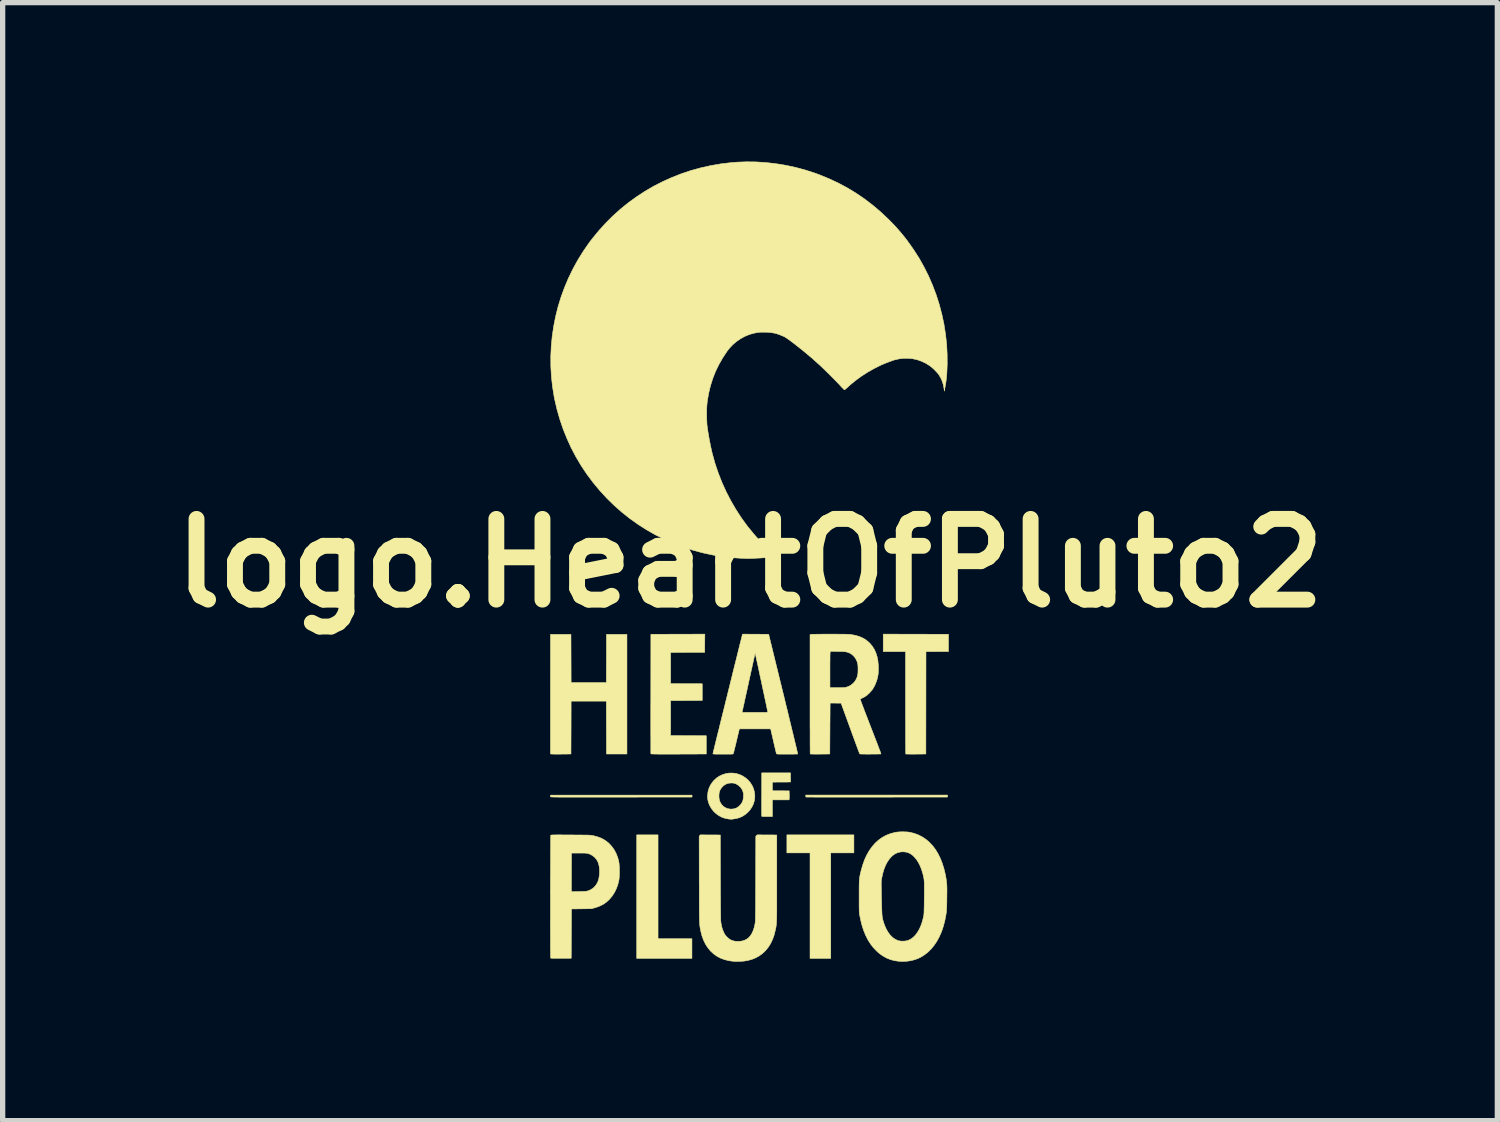
<source format=kicad_pcb>
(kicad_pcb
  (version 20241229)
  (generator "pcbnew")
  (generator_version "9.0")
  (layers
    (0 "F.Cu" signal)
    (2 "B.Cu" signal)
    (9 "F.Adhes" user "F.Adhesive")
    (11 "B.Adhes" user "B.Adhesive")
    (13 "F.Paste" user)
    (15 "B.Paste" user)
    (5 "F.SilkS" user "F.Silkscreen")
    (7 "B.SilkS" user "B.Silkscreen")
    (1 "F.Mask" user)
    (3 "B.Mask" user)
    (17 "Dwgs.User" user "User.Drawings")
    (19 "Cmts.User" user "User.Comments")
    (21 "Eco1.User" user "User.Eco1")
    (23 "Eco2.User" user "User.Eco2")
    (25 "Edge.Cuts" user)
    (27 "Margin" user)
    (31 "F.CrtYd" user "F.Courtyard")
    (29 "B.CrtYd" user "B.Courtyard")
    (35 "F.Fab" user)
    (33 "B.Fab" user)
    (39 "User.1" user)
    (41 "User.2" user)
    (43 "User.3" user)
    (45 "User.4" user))
  (footprint "logo.HeartOfPluto2"
    (layer "F.Cu")
    (at 11.111 7.582)
    (property "Reference" "logo.HeartOfPluto2" (at 0 0 180) (layer "F.SilkS") (effects (font (size 1.524 1.524) (thickness 0.3))))
    (attr through_hole)
    (fp_poly (pts (xy -1.737 7.092) (xy -1.097 7.092) (xy -1.097 7.463) (xy -2.139 7.463) (xy -2.139 5.131) (xy -1.737 5.131) (xy -1.737 7.092)) (stroke (width 0.01) (type solid)) (fill yes) (layer "F.SilkS"))
    (fp_poly (pts (xy 1.961 5.471) (xy 1.524 5.471) (xy 1.524 7.463) (xy 1.133 7.463) (xy 1.133 5.471) (xy 0.696 5.471) (xy 0.696 5.131) (xy 1.961 5.131) (xy 1.961 5.471)) (stroke (width 0.01) (type solid)) (fill yes) (layer "F.SilkS"))
    (fp_poly (pts (xy 3.728 4.398) (xy 3.726 4.417) (xy 2.392 4.418) (xy 2.277 4.418) (xy 2.163 4.419) (xy 2.053 4.419) (xy 1.947 4.419) (xy 1.844 4.419) (xy 1.746 4.419) (xy 1.653 4.418) (xy 1.564 4.418) (xy 1.481 4.418) (xy 1.405 4.418) (xy 1.335 4.418) (xy 1.271 4.418) (xy 1.215 4.418) (xy 1.167 4.417) (xy 1.126 4.417) (xy 1.095 4.417) (xy 1.072 4.417) (xy 1.059 4.416) (xy 1.055 4.416) (xy 1.053 4.409) (xy 1.052 4.397) (xy 1.052 4.396) (xy 1.052 4.379) (xy 3.729 4.379) (xy 3.728 4.398)) (stroke (width 0.01) (type solid)) (fill yes) (layer "F.SilkS"))
    (fp_poly (pts (xy -1.095 4.417) (xy -2.43 4.418) (xy -2.569 4.418) (xy -2.699 4.419) (xy -2.819 4.419) (xy -2.93 4.419) (xy -3.032 4.419) (xy -3.126 4.419) (xy -3.212 4.419) (xy -3.29 4.419) (xy -3.36 4.419) (xy -3.424 4.418) (xy -3.481 4.418) (xy -3.531 4.418) (xy -3.576 4.418) (xy -3.615 4.418) (xy -3.648 4.417) (xy -3.677 4.417) (xy -3.701 4.417) (xy -3.72 4.416) (xy -3.736 4.416) (xy -3.748 4.415) (xy -3.757 4.414) (xy -3.763 4.414) (xy -3.766 4.413) (xy -3.767 4.412) (xy -3.769 4.402) (xy -3.768 4.393) (xy -3.767 4.381) (xy -1.095 4.381) (xy -1.095 4.417)) (stroke (width 0.01) (type solid)) (fill yes) (layer "F.SilkS"))
    (fp_poly (pts (xy 0.765 4.133) (xy 0.593 4.134) (xy 0.422 4.135) (xy 0.422 4.298) (xy 0.58 4.299) (xy 0.739 4.3) (xy 0.741 4.374) (xy 0.741 4.401) (xy 0.741 4.425) (xy 0.74 4.445) (xy 0.74 4.457) (xy 0.739 4.459) (xy 0.736 4.47) (xy 0.422 4.47) (xy 0.422 4.785) (xy 0.322 4.785) (xy 0.286 4.785) (xy 0.259 4.785) (xy 0.239 4.784) (xy 0.227 4.782) (xy 0.222 4.78) (xy 0.221 4.779) (xy 0.22 4.773) (xy 0.22 4.758) (xy 0.22 4.734) (xy 0.22 4.702) (xy 0.219 4.663) (xy 0.219 4.618) (xy 0.219 4.567) (xy 0.219 4.512) (xy 0.219 4.453) (xy 0.22 4.39) (xy 0.22 4.366) (xy 0.221 3.96) (xy 0.765 3.96) (xy 0.765 4.133)) (stroke (width 0.01) (type solid)) (fill yes) (layer "F.SilkS"))
    (fp_poly (pts (xy 3.131 1.342) (xy 3.747 1.344) (xy 3.747 1.669) (xy 3.534 1.67) (xy 3.322 1.671) (xy 3.321 2.638) (xy 3.32 3.604) (xy 3.131 3.606) (xy 3.089 3.606) (xy 3.049 3.606) (xy 3.014 3.606) (xy 2.984 3.605) (xy 2.961 3.605) (xy 2.946 3.604) (xy 2.94 3.604) (xy 2.94 3.603) (xy 2.939 3.598) (xy 2.939 3.583) (xy 2.939 3.559) (xy 2.938 3.526) (xy 2.938 3.485) (xy 2.938 3.436) (xy 2.937 3.38) (xy 2.937 3.318) (xy 2.937 3.249) (xy 2.937 3.175) (xy 2.937 3.095) (xy 2.937 3.011) (xy 2.936 2.922) (xy 2.936 2.83) (xy 2.936 2.734) (xy 2.936 2.636) (xy 2.936 1.671) (xy 2.515 1.671) (xy 2.515 1.341) (xy 3.131 1.342)) (stroke (width 0.01) (type solid)) (fill yes) (layer "F.SilkS"))
    (fp_poly (pts (xy -3.378 2.256) (xy -2.713 2.256) (xy -2.711 1.8) (xy -2.71 1.344) (xy -2.324 1.344) (xy -2.324 3.604) (xy -2.71 3.604) (xy -2.713 2.606) (xy -3.378 2.606) (xy -3.379 3.105) (xy -3.381 3.604) (xy -3.573 3.606) (xy -3.624 3.606) (xy -3.666 3.606) (xy -3.7 3.606) (xy -3.725 3.605) (xy -3.744 3.605) (xy -3.757 3.604) (xy -3.764 3.602) (xy -3.767 3.601) (xy -3.767 3.601) (xy -3.767 3.595) (xy -3.767 3.58) (xy -3.768 3.555) (xy -3.768 3.522) (xy -3.768 3.48) (xy -3.768 3.431) (xy -3.768 3.374) (xy -3.768 3.31) (xy -3.768 3.239) (xy -3.768 3.163) (xy -3.768 3.081) (xy -3.768 2.994) (xy -3.768 2.903) (xy -3.768 2.807) (xy -3.768 2.707) (xy -3.768 2.605) (xy -3.768 2.499) (xy -3.768 2.469) (xy -3.767 1.344) (xy -3.381 1.344) (xy -3.378 2.256)) (stroke (width 0.01) (type solid)) (fill yes) (layer "F.SilkS"))
    (fp_poly (pts (xy -0.855 1.513) (xy -0.856 1.684) (xy -1.177 1.685) (xy -1.499 1.687) (xy -1.499 2.276) (xy -0.902 2.278) (xy -0.902 2.593) (xy -1.2 2.595) (xy -1.499 2.596) (xy -1.499 3.256) (xy -1.162 3.258) (xy -0.826 3.259) (xy -0.826 3.604) (xy -1.348 3.606) (xy -1.435 3.606) (xy -1.513 3.606) (xy -1.581 3.606) (xy -1.641 3.606) (xy -1.693 3.606) (xy -1.737 3.606) (xy -1.774 3.605) (xy -1.804 3.605) (xy -1.828 3.604) (xy -1.846 3.604) (xy -1.859 3.603) (xy -1.867 3.602) (xy -1.872 3.601) (xy -1.872 3.6) (xy -1.872 3.595) (xy -1.873 3.58) (xy -1.873 3.555) (xy -1.873 3.522) (xy -1.873 3.48) (xy -1.873 3.431) (xy -1.873 3.374) (xy -1.873 3.31) (xy -1.874 3.239) (xy -1.874 3.163) (xy -1.874 3.081) (xy -1.874 2.994) (xy -1.874 2.903) (xy -1.874 2.807) (xy -1.874 2.707) (xy -1.873 2.605) (xy -1.873 2.499) (xy -1.873 2.469) (xy -1.872 1.344) (xy -1.363 1.342) (xy -0.853 1.341) (xy -0.855 1.513)) (stroke (width 0.01) (type solid)) (fill yes) (layer "F.SilkS"))
    (fp_poly (pts (xy -0.263 3.972) (xy -0.2 3.991) (xy -0.194 3.993) (xy -0.135 4.021) (xy -0.081 4.057) (xy -0.034 4.099) (xy 0.007 4.147) (xy 0.04 4.2) (xy 0.066 4.257) (xy 0.082 4.318) (xy 0.09 4.38) (xy 0.09 4.421) (xy 0.082 4.485) (xy 0.064 4.546) (xy 0.036 4.604) (xy -0.000219 4.659) (xy -0.039 4.702) (xy -0.085 4.743) (xy -0.134 4.775) (xy -0.188 4.801) (xy -0.223 4.813) (xy -0.243 4.818) (xy -0.268 4.824) (xy -0.294 4.828) (xy -0.32 4.832) (xy -0.343 4.835) (xy -0.36 4.836) (xy -0.363 4.835) (xy -0.37 4.835) (xy -0.385 4.833) (xy -0.404 4.831) (xy -0.406 4.831) (xy -0.47 4.819) (xy -0.531 4.798) (xy -0.588 4.768) (xy -0.64 4.731) (xy -0.687 4.687) (xy -0.727 4.636) (xy -0.76 4.58) (xy -0.781 4.529) (xy -0.793 4.487) (xy -0.8 4.448) (xy -0.802 4.408) (xy -0.587 4.408) (xy -0.583 4.451) (xy -0.573 4.492) (xy -0.563 4.515) (xy -0.539 4.555) (xy -0.507 4.589) (xy -0.47 4.615) (xy -0.429 4.633) (xy -0.384 4.643) (xy -0.337 4.644) (xy -0.289 4.636) (xy -0.287 4.635) (xy -0.249 4.62) (xy -0.213 4.595) (xy -0.181 4.563) (xy -0.154 4.526) (xy -0.145 4.508) (xy -0.135 4.482) (xy -0.128 4.449) (xy -0.124 4.413) (xy -0.123 4.378) (xy -0.125 4.347) (xy -0.126 4.342) (xy -0.139 4.297) (xy -0.161 4.256) (xy -0.191 4.22) (xy -0.227 4.19) (xy -0.267 4.167) (xy -0.304 4.155) (xy -0.335 4.151) (xy -0.37 4.152) (xy -0.406 4.156) (xy -0.437 4.165) (xy -0.438 4.165) (xy -0.478 4.186) (xy -0.515 4.215) (xy -0.545 4.251) (xy -0.568 4.289) (xy -0.58 4.324) (xy -0.586 4.365) (xy -0.587 4.408) (xy -0.802 4.408) (xy -0.802 4.407) (xy -0.801 4.38) (xy -0.793 4.314) (xy -0.775 4.251) (xy -0.748 4.193) (xy -0.711 4.138) (xy -0.679 4.1) (xy -0.63 4.056) (xy -0.576 4.02) (xy -0.517 3.993) (xy -0.456 3.974) (xy -0.392 3.964) (xy -0.327 3.964) (xy -0.263 3.972)) (stroke (width 0.01) (type solid)) (fill yes) (layer "F.SilkS"))
    (fp_poly (pts (xy -3.574 5.131) (xy -3.522 5.132) (xy -3.462 5.132) (xy -3.392 5.132) (xy -3.386 5.132) (xy -3.316 5.133) (xy -3.255 5.133) (xy -3.202 5.133) (xy -3.157 5.134) (xy -3.12 5.134) (xy -3.088 5.135) (xy -3.062 5.135) (xy -3.041 5.136) (xy -3.023 5.137) (xy -3.009 5.138) (xy -2.997 5.139) (xy -2.986 5.141) (xy -2.976 5.143) (xy -2.967 5.145) (xy -2.965 5.145) (xy -2.893 5.163) (xy -2.83 5.185) (xy -2.773 5.212) (xy -2.722 5.244) (xy -2.674 5.282) (xy -2.65 5.305) (xy -2.6 5.362) (xy -2.558 5.424) (xy -2.523 5.493) (xy -2.495 5.569) (xy -2.478 5.636) (xy -2.473 5.665) (xy -2.47 5.702) (xy -2.467 5.744) (xy -2.466 5.79) (xy -2.466 5.837) (xy -2.467 5.883) (xy -2.469 5.926) (xy -2.472 5.963) (xy -2.476 5.987) (xy -2.496 6.071) (xy -2.525 6.149) (xy -2.561 6.222) (xy -2.605 6.289) (xy -2.656 6.349) (xy -2.662 6.355) (xy -2.712 6.4) (xy -2.764 6.438) (xy -2.822 6.468) (xy -2.886 6.494) (xy -2.936 6.509) (xy -2.995 6.525) (xy -3.371 6.53) (xy -3.376 7.46) (xy -3.566 7.461) (xy -3.609 7.461) (xy -3.649 7.461) (xy -3.685 7.461) (xy -3.716 7.461) (xy -3.74 7.46) (xy -3.756 7.459) (xy -3.763 7.458) (xy -3.763 7.458) (xy -3.764 7.456) (xy -3.764 7.45) (xy -3.765 7.44) (xy -3.766 7.426) (xy -3.766 7.407) (xy -3.767 7.383) (xy -3.767 7.354) (xy -3.767 7.319) (xy -3.768 7.278) (xy -3.768 7.23) (xy -3.768 7.176) (xy -3.768 7.115) (xy -3.768 7.047) (xy -3.768 6.97) (xy -3.769 6.886) (xy -3.769 6.793) (xy -3.768 6.692) (xy -3.768 6.581) (xy -3.768 6.461) (xy -3.768 6.332) (xy -3.768 6.301) (xy -3.768 6.204) (xy -3.373 6.204) (xy -3.235 6.201) (xy -3.189 6.2) (xy -3.151 6.199) (xy -3.122 6.198) (xy -3.1 6.196) (xy -3.083 6.194) (xy -3.07 6.191) (xy -3.069 6.191) (xy -3.017 6.171) (xy -2.971 6.143) (xy -2.931 6.107) (xy -2.899 6.065) (xy -2.873 6.015) (xy -2.855 5.959) (xy -2.853 5.947) (xy -2.845 5.894) (xy -2.841 5.838) (xy -2.842 5.782) (xy -2.848 5.728) (xy -2.858 5.681) (xy -2.858 5.679) (xy -2.877 5.63) (xy -2.905 5.586) (xy -2.94 5.548) (xy -2.982 5.517) (xy -3.004 5.505) (xy -3.022 5.496) (xy -3.04 5.489) (xy -3.056 5.484) (xy -3.075 5.48) (xy -3.096 5.477) (xy -3.121 5.475) (xy -3.152 5.474) (xy -3.191 5.474) (xy -3.233 5.474) (xy -3.371 5.474) (xy -3.373 6.204) (xy -3.768 6.204) (xy -3.768 6.191) (xy -3.768 6.083) (xy -3.768 5.979) (xy -3.767 5.879) (xy -3.767 5.784) (xy -3.767 5.693) (xy -3.766 5.608) (xy -3.766 5.528) (xy -3.766 5.455) (xy -3.765 5.388) (xy -3.765 5.328) (xy -3.765 5.276) (xy -3.764 5.231) (xy -3.764 5.195) (xy -3.763 5.167) (xy -3.763 5.149) (xy -3.762 5.14) (xy -3.762 5.139) (xy -3.761 5.138) (xy -3.759 5.136) (xy -3.755 5.135) (xy -3.748 5.134) (xy -3.738 5.133) (xy -3.724 5.132) (xy -3.706 5.132) (xy -3.683 5.132) (xy -3.653 5.131) (xy -3.617 5.131) (xy -3.574 5.131)) (stroke (width 0.01) (type solid)) (fill yes) (layer "F.SilkS"))
    (fp_poly (pts (xy 0.505 5.133) (xy 0.505 5.946) (xy 0.505 6.055) (xy 0.505 6.154) (xy 0.505 6.244) (xy 0.505 6.325) (xy 0.505 6.399) (xy 0.505 6.464) (xy 0.505 6.523) (xy 0.505 6.575) (xy 0.504 6.621) (xy 0.504 6.662) (xy 0.503 6.698) (xy 0.502 6.729) (xy 0.501 6.756) (xy 0.5 6.78) (xy 0.498 6.801) (xy 0.497 6.82) (xy 0.495 6.837) (xy 0.493 6.852) (xy 0.491 6.867) (xy 0.488 6.882) (xy 0.485 6.896) (xy 0.482 6.912) (xy 0.478 6.928) (xy 0.477 6.934) (xy 0.454 7.025) (xy 0.424 7.108) (xy 0.388 7.184) (xy 0.344 7.253) (xy 0.294 7.315) (xy 0.238 7.368) (xy 0.176 7.414) (xy 0.108 7.452) (xy 0.034 7.482) (xy -0.046 7.503) (xy -0.074 7.508) (xy -0.114 7.514) (xy -0.16 7.518) (xy -0.209 7.52) (xy -0.256 7.521) (xy -0.298 7.52) (xy -0.318 7.518) (xy -0.404 7.506) (xy -0.485 7.485) (xy -0.56 7.457) (xy -0.629 7.42) (xy -0.691 7.375) (xy -0.748 7.322) (xy -0.797 7.262) (xy -0.841 7.194) (xy -0.878 7.118) (xy -0.908 7.035) (xy -0.931 6.945) (xy -0.932 6.937) (xy -0.935 6.922) (xy -0.938 6.907) (xy -0.941 6.893) (xy -0.943 6.88) (xy -0.945 6.866) (xy -0.947 6.852) (xy -0.949 6.836) (xy -0.95 6.818) (xy -0.952 6.798) (xy -0.953 6.775) (xy -0.954 6.749) (xy -0.955 6.719) (xy -0.955 6.684) (xy -0.956 6.645) (xy -0.957 6.6) (xy -0.957 6.549) (xy -0.957 6.492) (xy -0.958 6.427) (xy -0.958 6.355) (xy -0.958 6.275) (xy -0.958 6.187) (xy -0.958 6.089) (xy -0.959 5.982) (xy -0.959 5.976) (xy -0.96 5.158) (xy -0.95 5.144) (xy -0.939 5.131) (xy -0.75 5.132) (xy -0.561 5.133) (xy -0.559 5.941) (xy -0.558 6.048) (xy -0.558 6.145) (xy -0.558 6.233) (xy -0.557 6.313) (xy -0.557 6.384) (xy -0.557 6.447) (xy -0.556 6.504) (xy -0.556 6.553) (xy -0.555 6.596) (xy -0.555 6.634) (xy -0.554 6.666) (xy -0.554 6.694) (xy -0.553 6.717) (xy -0.553 6.737) (xy -0.552 6.753) (xy -0.551 6.766) (xy -0.55 6.777) (xy -0.549 6.787) (xy -0.548 6.795) (xy -0.547 6.8) (xy -0.538 6.849) (xy -0.527 6.891) (xy -0.514 6.929) (xy -0.498 6.966) (xy -0.494 6.975) (xy -0.481 7.002) (xy -0.467 7.023) (xy -0.45 7.043) (xy -0.432 7.062) (xy -0.397 7.093) (xy -0.36 7.116) (xy -0.319 7.131) (xy -0.274 7.14) (xy -0.224 7.142) (xy -0.168 7.138) (xy -0.117 7.126) (xy -0.072 7.106) (xy -0.032 7.078) (xy 0.003 7.041) (xy 0.033 6.996) (xy 0.058 6.942) (xy 0.079 6.879) (xy 0.095 6.807) (xy 0.095 6.807) (xy 0.096 6.8) (xy 0.097 6.792) (xy 0.098 6.783) (xy 0.099 6.772) (xy 0.1 6.758) (xy 0.101 6.742) (xy 0.101 6.722) (xy 0.102 6.698) (xy 0.102 6.67) (xy 0.103 6.637) (xy 0.103 6.598) (xy 0.104 6.554) (xy 0.104 6.503) (xy 0.105 6.446) (xy 0.105 6.381) (xy 0.105 6.309) (xy 0.106 6.228) (xy 0.106 6.138) (xy 0.106 6.039) (xy 0.107 5.958) (xy 0.109 5.157) (xy 0.122 5.144) (xy 0.134 5.131) (xy 0.505 5.133)) (stroke (width 0.01) (type solid)) (fill yes) (layer "F.SilkS"))
    (fp_poly (pts (xy 0.105 1.342) (xy 0.352 1.344) (xy 0.628 2.471) (xy 0.654 2.576) (xy 0.678 2.678) (xy 0.703 2.777) (xy 0.726 2.873) (xy 0.748 2.965) (xy 0.769 3.052) (xy 0.789 3.135) (xy 0.808 3.212) (xy 0.825 3.284) (xy 0.841 3.35) (xy 0.855 3.409) (xy 0.868 3.461) (xy 0.879 3.506) (xy 0.887 3.542) (xy 0.894 3.571) (xy 0.898 3.591) (xy 0.901 3.601) (xy 0.901 3.603) (xy 0.896 3.604) (xy 0.881 3.605) (xy 0.859 3.605) (xy 0.829 3.606) (xy 0.794 3.606) (xy 0.755 3.607) (xy 0.712 3.607) (xy 0.701 3.607) (xy 0.651 3.607) (xy 0.61 3.607) (xy 0.577 3.606) (xy 0.552 3.606) (xy 0.533 3.605) (xy 0.519 3.605) (xy 0.51 3.603) (xy 0.504 3.602) (xy 0.501 3.6) (xy 0.499 3.598) (xy 0.497 3.591) (xy 0.493 3.576) (xy 0.487 3.552) (xy 0.48 3.522) (xy 0.471 3.486) (xy 0.462 3.445) (xy 0.451 3.401) (xy 0.442 3.359) (xy 0.389 3.129) (xy -0.201 3.129) (xy -0.256 3.359) (xy -0.267 3.406) (xy -0.278 3.45) (xy -0.288 3.491) (xy -0.297 3.526) (xy -0.304 3.555) (xy -0.31 3.578) (xy -0.314 3.592) (xy -0.316 3.598) (xy -0.318 3.6) (xy -0.321 3.602) (xy -0.327 3.604) (xy -0.337 3.605) (xy -0.351 3.606) (xy -0.37 3.606) (xy -0.397 3.606) (xy -0.43 3.607) (xy -0.472 3.607) (xy -0.511 3.607) (xy -0.56 3.607) (xy -0.6 3.607) (xy -0.631 3.606) (xy -0.656 3.606) (xy -0.674 3.605) (xy -0.686 3.604) (xy -0.694 3.603) (xy -0.699 3.602) (xy -0.701 3.6) (xy -0.701 3.598) (xy -0.7 3.593) (xy -0.696 3.578) (xy -0.691 3.555) (xy -0.683 3.523) (xy -0.673 3.483) (xy -0.662 3.437) (xy -0.649 3.384) (xy -0.634 3.324) (xy -0.618 3.259) (xy -0.601 3.189) (xy -0.582 3.115) (xy -0.563 3.036) (xy -0.543 2.954) (xy -0.522 2.87) (xy -0.509 2.819) (xy -0.152 2.819) (xy 0.092 2.819) (xy 0.15 2.819) (xy 0.199 2.819) (xy 0.239 2.819) (xy 0.271 2.818) (xy 0.296 2.818) (xy 0.314 2.817) (xy 0.326 2.816) (xy 0.333 2.815) (xy 0.335 2.813) (xy 0.335 2.813) (xy 0.334 2.807) (xy 0.331 2.792) (xy 0.326 2.769) (xy 0.32 2.738) (xy 0.312 2.7) (xy 0.303 2.657) (xy 0.293 2.608) (xy 0.281 2.554) (xy 0.269 2.497) (xy 0.256 2.437) (xy 0.243 2.375) (xy 0.229 2.311) (xy 0.216 2.247) (xy 0.202 2.183) (xy 0.188 2.12) (xy 0.175 2.059) (xy 0.163 2) (xy 0.151 1.944) (xy 0.139 1.892) (xy 0.129 1.845) (xy 0.12 1.804) (xy 0.113 1.769) (xy 0.106 1.741) (xy 0.102 1.721) (xy 0.099 1.71) (xy 0.099 1.707) (xy 0.095 1.707) (xy 0.093 1.712) (xy 0.09 1.727) (xy 0.085 1.75) (xy 0.078 1.781) (xy 0.069 1.819) (xy 0.059 1.865) (xy 0.048 1.916) (xy 0.035 1.973) (xy 0.022 2.034) (xy 0.007 2.1) (xy -0.008 2.169) (xy -0.024 2.241) (xy -0.025 2.248) (xy -0.041 2.32) (xy -0.056 2.391) (xy -0.071 2.457) (xy -0.085 2.52) (xy -0.098 2.578) (xy -0.109 2.632) (xy -0.12 2.679) (xy -0.129 2.719) (xy -0.136 2.753) (xy -0.142 2.778) (xy -0.145 2.795) (xy -0.147 2.803) (xy -0.147 2.803) (xy -0.152 2.819) (xy -0.509 2.819) (xy -0.5 2.783) (xy -0.478 2.694) (xy -0.456 2.603) (xy -0.433 2.512) (xy -0.411 2.421) (xy -0.388 2.33) (xy -0.366 2.24) (xy -0.344 2.152) (xy -0.323 2.065) (xy -0.302 1.981) (xy -0.282 1.9) (xy -0.262 1.822) (xy -0.244 1.749) (xy -0.227 1.68) (xy -0.211 1.616) (xy -0.197 1.558) (xy -0.184 1.506) (xy -0.172 1.461) (xy -0.163 1.423) (xy -0.155 1.393) (xy -0.15 1.372) (xy -0.147 1.36) (xy -0.142 1.341) (xy 0.105 1.342)) (stroke (width 0.01) (type solid)) (fill yes) (layer "F.SilkS"))
    (fp_poly (pts (xy 1.576 1.341) (xy 1.638 1.341) (xy 1.692 1.342) (xy 1.738 1.342) (xy 1.778 1.342) (xy 1.81 1.343) (xy 1.838 1.344) (xy 1.861 1.345) (xy 1.879 1.346) (xy 1.895 1.347) (xy 1.906 1.349) (xy 1.986 1.363) (xy 2.058 1.384) (xy 2.123 1.411) (xy 2.182 1.445) (xy 2.235 1.487) (xy 2.261 1.512) (xy 2.307 1.567) (xy 2.345 1.626) (xy 2.375 1.691) (xy 2.398 1.762) (xy 2.414 1.839) (xy 2.422 1.923) (xy 2.424 1.986) (xy 2.423 2.045) (xy 2.419 2.097) (xy 2.411 2.145) (xy 2.4 2.191) (xy 2.39 2.223) (xy 2.366 2.286) (xy 2.339 2.341) (xy 2.307 2.391) (xy 2.269 2.436) (xy 2.265 2.441) (xy 2.218 2.486) (xy 2.171 2.521) (xy 2.123 2.546) (xy 2.107 2.552) (xy 2.093 2.56) (xy 2.083 2.567) (xy 2.081 2.571) (xy 2.083 2.576) (xy 2.088 2.591) (xy 2.096 2.614) (xy 2.107 2.645) (xy 2.121 2.682) (xy 2.138 2.726) (xy 2.156 2.775) (xy 2.177 2.83) (xy 2.2 2.888) (xy 2.224 2.951) (xy 2.249 3.017) (xy 2.274 3.08) (xy 2.3 3.148) (xy 2.326 3.214) (xy 2.35 3.277) (xy 2.373 3.336) (xy 2.394 3.39) (xy 2.413 3.439) (xy 2.429 3.483) (xy 2.443 3.52) (xy 2.455 3.55) (xy 2.463 3.573) (xy 2.468 3.587) (xy 2.47 3.593) (xy 2.471 3.604) (xy 2.274 3.606) (xy 2.221 3.606) (xy 2.176 3.606) (xy 2.138 3.605) (xy 2.108 3.605) (xy 2.086 3.604) (xy 2.074 3.603) (xy 2.071 3.602) (xy 2.069 3.597) (xy 2.063 3.582) (xy 2.054 3.56) (xy 2.043 3.53) (xy 2.029 3.493) (xy 2.013 3.449) (xy 1.995 3.4) (xy 1.975 3.346) (xy 1.954 3.288) (xy 1.931 3.226) (xy 1.907 3.16) (xy 1.893 3.121) (xy 1.719 2.644) (xy 1.616 2.643) (xy 1.585 2.642) (xy 1.558 2.642) (xy 1.536 2.642) (xy 1.52 2.642) (xy 1.513 2.643) (xy 1.513 2.643) (xy 1.512 2.648) (xy 1.512 2.663) (xy 1.512 2.686) (xy 1.512 2.717) (xy 1.511 2.756) (xy 1.511 2.802) (xy 1.511 2.853) (xy 1.51 2.91) (xy 1.51 2.971) (xy 1.509 3.036) (xy 1.509 3.104) (xy 1.509 3.124) (xy 1.506 3.604) (xy 1.323 3.606) (xy 1.281 3.606) (xy 1.242 3.606) (xy 1.207 3.606) (xy 1.178 3.605) (xy 1.156 3.605) (xy 1.142 3.604) (xy 1.136 3.603) (xy 1.136 3.598) (xy 1.136 3.583) (xy 1.135 3.559) (xy 1.135 3.526) (xy 1.135 3.484) (xy 1.134 3.435) (xy 1.134 3.378) (xy 1.134 3.315) (xy 1.134 3.245) (xy 1.134 3.169) (xy 1.133 3.087) (xy 1.133 3) (xy 1.133 2.909) (xy 1.133 2.813) (xy 1.133 2.714) (xy 1.133 2.611) (xy 1.133 2.506) (xy 1.133 2.476) (xy 1.133 2.04) (xy 1.509 2.04) (xy 1.509 2.352) (xy 1.645 2.352) (xy 1.691 2.352) (xy 1.728 2.351) (xy 1.757 2.35) (xy 1.78 2.349) (xy 1.798 2.347) (xy 1.812 2.344) (xy 1.813 2.344) (xy 1.859 2.329) (xy 1.903 2.305) (xy 1.942 2.274) (xy 1.976 2.238) (xy 2.001 2.198) (xy 2.003 2.195) (xy 2.016 2.167) (xy 2.025 2.141) (xy 2.032 2.116) (xy 2.036 2.088) (xy 2.039 2.056) (xy 2.039 2.016) (xy 2.039 2.007) (xy 2.039 1.965) (xy 2.037 1.931) (xy 2.033 1.903) (xy 2.027 1.877) (xy 2.018 1.852) (xy 2.006 1.825) (xy 2.003 1.819) (xy 1.98 1.781) (xy 1.95 1.747) (xy 1.915 1.718) (xy 1.89 1.703) (xy 1.87 1.694) (xy 1.852 1.687) (xy 1.835 1.681) (xy 1.817 1.677) (xy 1.795 1.673) (xy 1.77 1.671) (xy 1.739 1.669) (xy 1.701 1.668) (xy 1.656 1.668) (xy 1.515 1.665) (xy 1.512 1.697) (xy 1.511 1.708) (xy 1.511 1.728) (xy 1.51 1.756) (xy 1.51 1.791) (xy 1.51 1.832) (xy 1.509 1.879) (xy 1.509 1.93) (xy 1.509 1.984) (xy 1.509 2.04) (xy 1.133 2.04) (xy 1.133 1.351) (xy 1.146 1.346) (xy 1.154 1.345) (xy 1.171 1.344) (xy 1.198 1.343) (xy 1.233 1.343) (xy 1.276 1.342) (xy 1.327 1.342) (xy 1.385 1.341) (xy 1.45 1.341) (xy 1.504 1.341) (xy 1.576 1.341)) (stroke (width 0.01) (type solid)) (fill yes) (layer "F.SilkS"))
    (fp_poly (pts (xy 2.927 5.074) (xy 2.971 5.076) (xy 3.009 5.081) (xy 3.018 5.082) (xy 3.102 5.103) (xy 3.181 5.133) (xy 3.256 5.172) (xy 3.326 5.219) (xy 3.39 5.275) (xy 3.45 5.339) (xy 3.504 5.411) (xy 3.552 5.491) (xy 3.595 5.579) (xy 3.632 5.675) (xy 3.664 5.779) (xy 3.688 5.881) (xy 3.695 5.919) (xy 3.701 5.953) (xy 3.706 5.985) (xy 3.71 6.016) (xy 3.713 6.047) (xy 3.716 6.08) (xy 3.717 6.116) (xy 3.718 6.156) (xy 3.718 6.203) (xy 3.717 6.256) (xy 3.717 6.318) (xy 3.716 6.326) (xy 3.716 6.381) (xy 3.715 6.428) (xy 3.714 6.467) (xy 3.713 6.499) (xy 3.712 6.527) (xy 3.71 6.55) (xy 3.709 6.57) (xy 3.707 6.589) (xy 3.704 6.608) (xy 3.701 6.627) (xy 3.701 6.63) (xy 3.679 6.746) (xy 3.651 6.855) (xy 3.617 6.957) (xy 3.576 7.05) (xy 3.53 7.136) (xy 3.478 7.214) (xy 3.42 7.285) (xy 3.357 7.347) (xy 3.288 7.4) (xy 3.226 7.439) (xy 3.165 7.468) (xy 3.097 7.491) (xy 3.025 7.508) (xy 2.951 7.518) (xy 2.877 7.521) (xy 2.813 7.518) (xy 2.729 7.506) (xy 2.65 7.485) (xy 2.576 7.455) (xy 2.505 7.415) (xy 2.438 7.367) (xy 2.387 7.321) (xy 2.327 7.258) (xy 2.274 7.189) (xy 2.226 7.113) (xy 2.184 7.03) (xy 2.147 6.94) (xy 2.115 6.842) (xy 2.088 6.735) (xy 2.072 6.655) (xy 2.069 6.641) (xy 2.067 6.628) (xy 2.065 6.616) (xy 2.064 6.602) (xy 2.063 6.586) (xy 2.062 6.568) (xy 2.061 6.546) (xy 2.061 6.519) (xy 2.06 6.486) (xy 2.06 6.447) (xy 2.06 6.401) (xy 2.06 6.346) (xy 2.06 6.292) (xy 2.06 6.225) (xy 2.06 6.168) (xy 2.06 6.118) (xy 2.061 6.076) (xy 2.061 6.074) (xy 2.477 6.074) (xy 2.478 6.103) (xy 2.478 6.138) (xy 2.479 6.179) (xy 2.48 6.228) (xy 2.481 6.286) (xy 2.482 6.332) (xy 2.484 6.399) (xy 2.485 6.458) (xy 2.487 6.509) (xy 2.488 6.552) (xy 2.49 6.588) (xy 2.491 6.619) (xy 2.493 6.646) (xy 2.495 6.668) (xy 2.498 6.688) (xy 2.501 6.707) (xy 2.505 6.724) (xy 2.509 6.741) (xy 2.515 6.76) (xy 2.517 6.77) (xy 2.542 6.841) (xy 2.571 6.907) (xy 2.604 6.965) (xy 2.641 7.016) (xy 2.682 7.059) (xy 2.726 7.093) (xy 2.773 7.118) (xy 2.795 7.127) (xy 2.828 7.134) (xy 2.867 7.138) (xy 2.908 7.137) (xy 2.947 7.133) (xy 2.982 7.124) (xy 2.988 7.122) (xy 3.035 7.099) (xy 3.079 7.067) (xy 3.121 7.026) (xy 3.158 6.976) (xy 3.193 6.918) (xy 3.223 6.853) (xy 3.249 6.781) (xy 3.27 6.702) (xy 3.277 6.673) (xy 3.279 6.662) (xy 3.281 6.65) (xy 3.282 6.638) (xy 3.283 6.623) (xy 3.285 6.606) (xy 3.286 6.585) (xy 3.286 6.559) (xy 3.287 6.527) (xy 3.288 6.489) (xy 3.289 6.444) (xy 3.289 6.39) (xy 3.29 6.327) (xy 3.29 6.318) (xy 3.291 6.251) (xy 3.291 6.194) (xy 3.291 6.146) (xy 3.291 6.104) (xy 3.291 6.069) (xy 3.29 6.039) (xy 3.289 6.013) (xy 3.287 5.99) (xy 3.285 5.969) (xy 3.282 5.95) (xy 3.279 5.931) (xy 3.274 5.911) (xy 3.269 5.889) (xy 3.263 5.865) (xy 3.262 5.861) (xy 3.24 5.789) (xy 3.214 5.722) (xy 3.184 5.661) (xy 3.15 5.607) (xy 3.113 5.56) (xy 3.074 5.52) (xy 3.031 5.489) (xy 2.987 5.467) (xy 2.947 5.456) (xy 2.89 5.45) (xy 2.836 5.454) (xy 2.784 5.467) (xy 2.736 5.49) (xy 2.69 5.523) (xy 2.676 5.536) (xy 2.631 5.586) (xy 2.592 5.643) (xy 2.557 5.709) (xy 2.528 5.784) (xy 2.504 5.866) (xy 2.485 5.958) (xy 2.484 5.966) (xy 2.482 5.978) (xy 2.481 5.989) (xy 2.479 6.002) (xy 2.478 6.015) (xy 2.478 6.031) (xy 2.477 6.051) (xy 2.477 6.074) (xy 2.061 6.074) (xy 2.062 6.039) (xy 2.063 6.008) (xy 2.065 5.98) (xy 2.067 5.954) (xy 2.07 5.931) (xy 2.074 5.908) (xy 2.079 5.884) (xy 2.084 5.859) (xy 2.091 5.832) (xy 2.098 5.803) (xy 2.128 5.698) (xy 2.163 5.6) (xy 2.204 5.511) (xy 2.251 5.429) (xy 2.304 5.355) (xy 2.361 5.289) (xy 2.424 5.231) (xy 2.492 5.182) (xy 2.564 5.142) (xy 2.642 5.11) (xy 2.724 5.088) (xy 2.751 5.082) (xy 2.789 5.077) (xy 2.833 5.074) (xy 2.88 5.073) (xy 2.927 5.074)) (stroke (width 0.01) (type solid)) (fill yes) (layer "F.SilkS"))
    (fp_poly (pts (xy 0.116 -7.575) (xy 0.303 -7.563) (xy 0.49 -7.541) (xy 0.677 -7.511) (xy 0.862 -7.471) (xy 1.044 -7.422) (xy 1.224 -7.364) (xy 1.316 -7.33) (xy 1.496 -7.256) (xy 1.671 -7.174) (xy 1.84 -7.083) (xy 2.004 -6.984) (xy 2.162 -6.876) (xy 2.315 -6.759) (xy 2.463 -6.634) (xy 2.606 -6.499) (xy 2.642 -6.464) (xy 2.718 -6.386) (xy 2.786 -6.311) (xy 2.851 -6.236) (xy 2.914 -6.159) (xy 2.975 -6.08) (xy 3.086 -5.923) (xy 3.19 -5.761) (xy 3.284 -5.594) (xy 3.37 -5.423) (xy 3.446 -5.247) (xy 3.514 -5.068) (xy 3.572 -4.886) (xy 3.621 -4.701) (xy 3.661 -4.514) (xy 3.691 -4.325) (xy 3.712 -4.134) (xy 3.722 -3.942) (xy 3.723 -3.749) (xy 3.716 -3.584) (xy 3.71 -3.514) (xy 3.703 -3.45) (xy 3.694 -3.389) (xy 3.691 -3.371) (xy 3.685 -3.339) (xy 3.68 -3.31) (xy 3.676 -3.284) (xy 3.673 -3.265) (xy 3.672 -3.254) (xy 3.671 -3.248) (xy 3.669 -3.252) (xy 3.667 -3.267) (xy 3.664 -3.288) (xy 3.651 -3.361) (xy 3.631 -3.429) (xy 3.603 -3.493) (xy 3.568 -3.553) (xy 3.55 -3.577) (xy 3.525 -3.605) (xy 3.497 -3.635) (xy 3.467 -3.665) (xy 3.436 -3.692) (xy 3.408 -3.715) (xy 3.396 -3.724) (xy 3.32 -3.772) (xy 3.241 -3.81) (xy 3.159 -3.839) (xy 3.074 -3.858) (xy 2.988 -3.867) (xy 2.901 -3.867) (xy 2.813 -3.856) (xy 2.738 -3.839) (xy 2.709 -3.831) (xy 2.673 -3.818) (xy 2.632 -3.803) (xy 2.589 -3.787) (xy 2.544 -3.769) (xy 2.501 -3.751) (xy 2.465 -3.735) (xy 2.343 -3.674) (xy 2.223 -3.606) (xy 2.107 -3.532) (xy 1.996 -3.451) (xy 1.892 -3.366) (xy 1.831 -3.31) (xy 1.813 -3.295) (xy 1.798 -3.282) (xy 1.787 -3.274) (xy 1.782 -3.272) (xy 1.776 -3.277) (xy 1.765 -3.287) (xy 1.75 -3.303) (xy 1.731 -3.322) (xy 1.714 -3.34) (xy 1.69 -3.367) (xy 1.659 -3.399) (xy 1.623 -3.436) (xy 1.584 -3.476) (xy 1.542 -3.518) (xy 1.5 -3.561) (xy 1.457 -3.603) (xy 1.416 -3.643) (xy 1.378 -3.68) (xy 1.344 -3.713) (xy 1.315 -3.74) (xy 1.311 -3.743) (xy 1.171 -3.869) (xy 1.023 -3.993) (xy 0.872 -4.114) (xy 0.779 -4.185) (xy 0.744 -4.211) (xy 0.714 -4.232) (xy 0.69 -4.249) (xy 0.668 -4.263) (xy 0.649 -4.274) (xy 0.629 -4.283) (xy 0.625 -4.285) (xy 0.559 -4.312) (xy 0.497 -4.333) (xy 0.435 -4.347) (xy 0.37 -4.356) (xy 0.3 -4.36) (xy 0.267 -4.36) (xy 0.231 -4.36) (xy 0.202 -4.36) (xy 0.178 -4.358) (xy 0.157 -4.356) (xy 0.135 -4.353) (xy 0.111 -4.348) (xy 0.103 -4.347) (xy 0.048 -4.334) (xy -0.001 -4.32) (xy -0.048 -4.302) (xy -0.098 -4.281) (xy -0.102 -4.279) (xy -0.182 -4.235) (xy -0.257 -4.183) (xy -0.327 -4.123) (xy -0.39 -4.056) (xy -0.435 -3.998) (xy -0.516 -3.875) (xy -0.588 -3.749) (xy -0.651 -3.62) (xy -0.703 -3.487) (xy -0.746 -3.351) (xy -0.78 -3.211) (xy -0.805 -3.067) (xy -0.813 -2.995) (xy -0.816 -2.958) (xy -0.818 -2.914) (xy -0.819 -2.865) (xy -0.819 -2.812) (xy -0.819 -2.759) (xy -0.817 -2.707) (xy -0.815 -2.659) (xy -0.813 -2.618) (xy -0.811 -2.598) (xy -0.804 -2.548) (xy -0.796 -2.491) (xy -0.785 -2.428) (xy -0.774 -2.361) (xy -0.761 -2.293) (xy -0.748 -2.226) (xy -0.734 -2.161) (xy -0.721 -2.102) (xy -0.711 -2.062) (xy -0.66 -1.879) (xy -0.599 -1.699) (xy -0.529 -1.521) (xy -0.45 -1.347) (xy -0.362 -1.177) (xy -0.266 -1.012) (xy -0.162 -0.852) (xy -0.05 -0.698) (xy 0.07 -0.551) (xy 0.092 -0.526) (xy 0.125 -0.488) (xy 0.164 -0.446) (xy 0.207 -0.401) (xy 0.251 -0.356) (xy 0.296 -0.311) (xy 0.338 -0.269) (xy 0.378 -0.232) (xy 0.413 -0.199) (xy 0.418 -0.196) (xy 0.44 -0.176) (xy 0.459 -0.158) (xy 0.474 -0.143) (xy 0.484 -0.133) (xy 0.487 -0.129) (xy 0.487 -0.127) (xy 0.485 -0.125) (xy 0.48 -0.123) (xy 0.471 -0.121) (xy 0.457 -0.119) (xy 0.437 -0.117) (xy 0.409 -0.114) (xy 0.374 -0.11) (xy 0.338 -0.107) (xy 0.313 -0.104) (xy 0.281 -0.102) (xy 0.245 -0.1) (xy 0.205 -0.097) (xy 0.162 -0.095) (xy 0.12 -0.093) (xy 0.078 -0.091) (xy 0.04 -0.089) (xy 0.005 -0.088) (xy -0.024 -0.087) (xy -0.046 -0.087) (xy -0.058 -0.087) (xy -0.066 -0.088) (xy -0.083 -0.088) (xy -0.106 -0.089) (xy -0.134 -0.091) (xy -0.166 -0.092) (xy -0.175 -0.092) (xy -0.252 -0.097) (xy -0.336 -0.103) (xy -0.423 -0.112) (xy -0.511 -0.123) (xy -0.598 -0.135) (xy -0.679 -0.149) (xy -0.698 -0.152) (xy -0.889 -0.193) (xy -1.076 -0.243) (xy -1.26 -0.302) (xy -1.44 -0.371) (xy -1.616 -0.448) (xy -1.787 -0.534) (xy -1.954 -0.629) (xy -2.115 -0.732) (xy -2.271 -0.843) (xy -2.421 -0.962) (xy -2.565 -1.089) (xy -2.702 -1.223) (xy -2.833 -1.365) (xy -2.957 -1.514) (xy -3.074 -1.67) (xy -3.084 -1.684) (xy -3.191 -1.844) (xy -3.289 -2.01) (xy -3.378 -2.18) (xy -3.458 -2.356) (xy -3.53 -2.535) (xy -3.592 -2.718) (xy -3.645 -2.904) (xy -3.689 -3.093) (xy -3.698 -3.139) (xy -3.729 -3.33) (xy -3.75 -3.521) (xy -3.761 -3.713) (xy -3.762 -3.904) (xy -3.753 -4.095) (xy -3.735 -4.284) (xy -3.707 -4.472) (xy -3.67 -4.659) (xy -3.624 -4.843) (xy -3.568 -5.025) (xy -3.503 -5.203) (xy -3.429 -5.379) (xy -3.346 -5.55) (xy -3.254 -5.718) (xy -3.153 -5.881) (xy -3.044 -6.04) (xy -2.98 -6.124) (xy -2.856 -6.275) (xy -2.726 -6.419) (xy -2.589 -6.556) (xy -2.446 -6.684) (xy -2.297 -6.805) (xy -2.142 -6.917) (xy -1.983 -7.021) (xy -1.818 -7.117) (xy -1.648 -7.204) (xy -1.474 -7.282) (xy -1.296 -7.352) (xy -1.114 -7.413) (xy -0.928 -7.464) (xy -0.739 -7.506) (xy -0.547 -7.539) (xy -0.352 -7.562) (xy -0.254 -7.57) (xy -0.07 -7.577) (xy 0.116 -7.575)) (stroke (width 0.01) (type solid)) (fill yes) (layer "F.SilkS")))
  (gr_rect
    (start -3 -3)
    (end 25.221 18.108)
    (stroke (width 0.1) (type default))
    (fill no)
    (layer "Edge.Cuts")))
</source>
